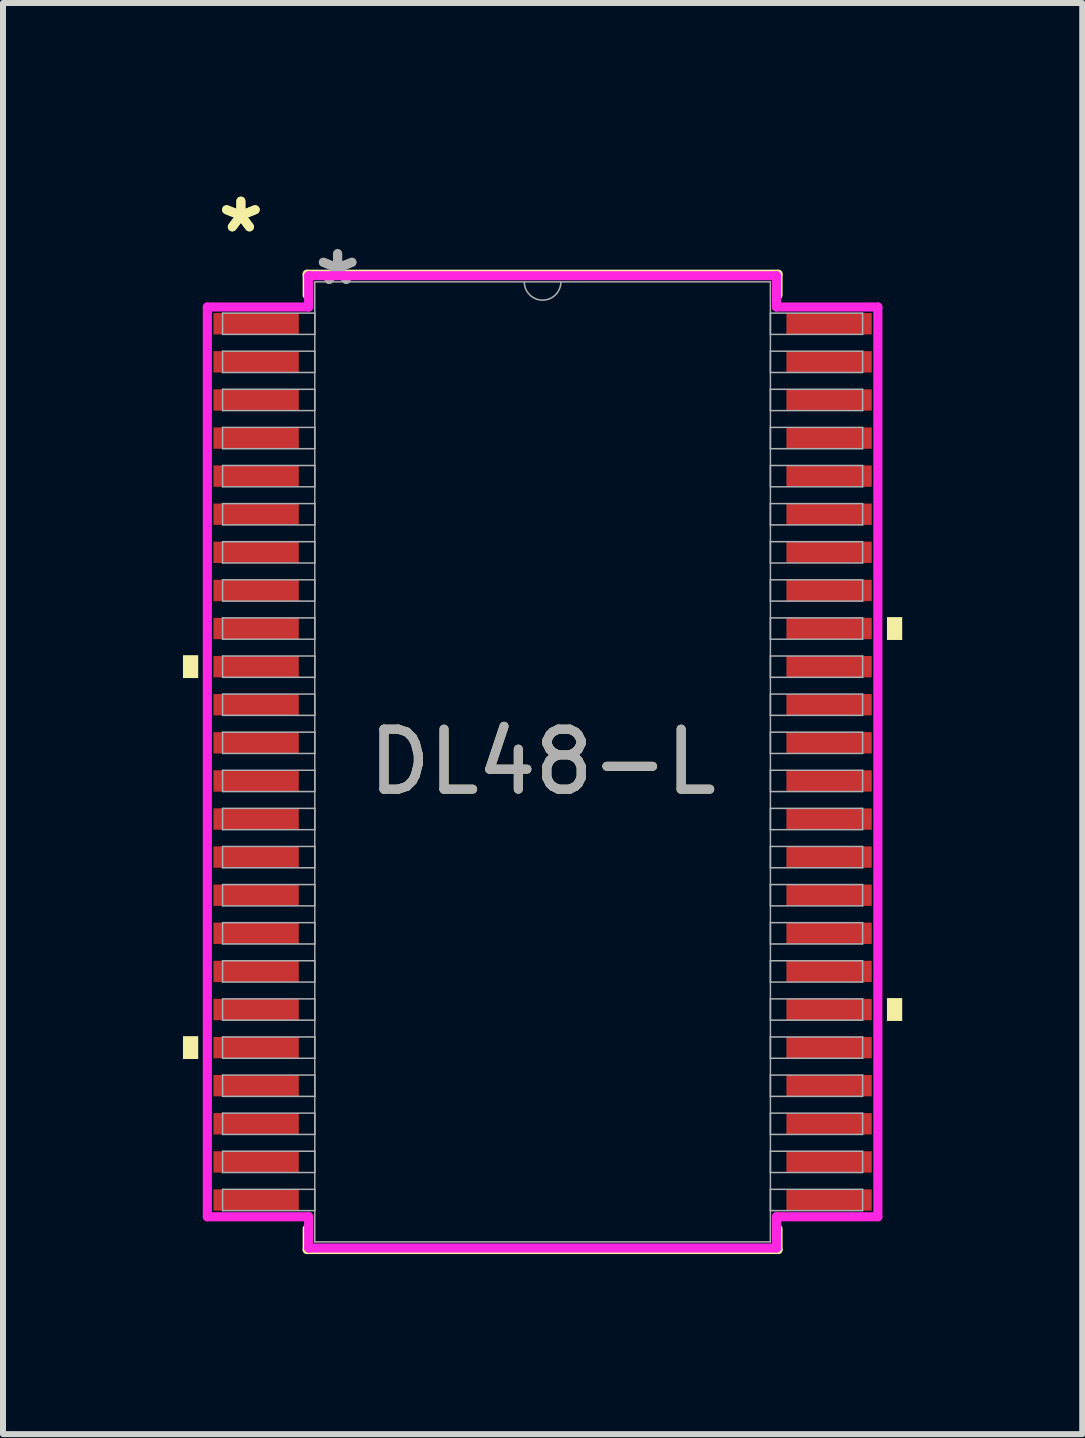
<source format=kicad_pcb>
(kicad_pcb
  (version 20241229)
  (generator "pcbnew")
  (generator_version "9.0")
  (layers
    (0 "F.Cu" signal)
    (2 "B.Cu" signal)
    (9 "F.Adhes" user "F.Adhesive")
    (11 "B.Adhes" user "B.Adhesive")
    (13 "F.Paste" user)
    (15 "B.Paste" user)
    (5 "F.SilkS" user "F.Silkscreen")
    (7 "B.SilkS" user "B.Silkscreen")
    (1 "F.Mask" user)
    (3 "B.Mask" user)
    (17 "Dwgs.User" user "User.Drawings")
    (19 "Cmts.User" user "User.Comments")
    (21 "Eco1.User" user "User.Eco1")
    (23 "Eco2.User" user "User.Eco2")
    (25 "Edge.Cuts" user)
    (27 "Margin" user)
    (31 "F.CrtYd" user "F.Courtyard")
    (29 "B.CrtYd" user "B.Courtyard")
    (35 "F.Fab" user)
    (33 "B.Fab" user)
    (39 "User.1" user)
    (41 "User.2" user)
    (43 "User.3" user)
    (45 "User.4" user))
  (footprint "DL48-L"
    (layer "F.Cu")
    (at 5.994 9.649)
    (property "Reference" "DL48-L" (at 0 0 0) (unlocked yes) (layer "F.SilkS") (effects (font (size 1 1) (thickness 0.15))))
    (attr smd)
    (fp_line (start -3.924 -8.128) (end -3.924 -7.782) (stroke (width 0.152) (type solid)) (layer "F.SilkS"))
    (fp_line (start -3.924 7.782) (end -3.924 8.128) (stroke (width 0.152) (type solid)) (layer "F.SilkS"))
    (fp_line (start -3.924 8.128) (end 3.924 8.128) (stroke (width 0.152) (type solid)) (layer "F.SilkS"))
    (fp_line (start 3.924 -8.128) (end -3.924 -8.128) (stroke (width 0.152) (type solid)) (layer "F.SilkS"))
    (fp_line (start 3.924 -7.782) (end 3.924 -8.128) (stroke (width 0.152) (type solid)) (layer "F.SilkS"))
    (fp_line (start 3.924 8.128) (end 3.924 7.782) (stroke (width 0.152) (type solid)) (layer "F.SilkS"))
    (fp_poly (pts (xy -5.994 -1.778) (xy -5.994 -1.397) (xy -5.74 -1.397) (xy -5.74 -1.778)) (stroke (width 0) (type solid)) (fill yes) (layer "F.SilkS"))
    (fp_poly (pts (xy -5.994 4.572) (xy -5.994 4.953) (xy -5.74 4.953) (xy -5.74 4.572)) (stroke (width 0) (type solid)) (fill yes) (layer "F.SilkS"))
    (fp_poly (pts (xy 5.994 -2.413) (xy 5.994 -2.032) (xy 5.74 -2.032) (xy 5.74 -2.413)) (stroke (width 0) (type solid)) (fill yes) (layer "F.SilkS"))
    (fp_poly (pts (xy 5.994 3.937) (xy 5.994 4.318) (xy 5.74 4.318) (xy 5.74 3.937)) (stroke (width 0) (type solid)) (fill yes) (layer "F.SilkS"))
    (fp_line (start -5.588 -7.582) (end -3.899 -7.582) (stroke (width 0.152) (type solid)) (layer "F.CrtYd"))
    (fp_line (start -5.588 7.582) (end -5.588 -7.582) (stroke (width 0.152) (type solid)) (layer "F.CrtYd"))
    (fp_line (start -5.588 7.582) (end -3.899 7.582) (stroke (width 0.152) (type solid)) (layer "F.CrtYd"))
    (fp_line (start -3.899 -8.103) (end 3.899 -8.103) (stroke (width 0.152) (type solid)) (layer "F.CrtYd"))
    (fp_line (start -3.899 -7.582) (end -3.899 -8.103) (stroke (width 0.152) (type solid)) (layer "F.CrtYd"))
    (fp_line (start -3.899 8.103) (end -3.899 7.582) (stroke (width 0.152) (type solid)) (layer "F.CrtYd"))
    (fp_line (start 3.899 -8.103) (end 3.899 -7.582) (stroke (width 0.152) (type solid)) (layer "F.CrtYd"))
    (fp_line (start 3.899 7.582) (end 3.899 8.103) (stroke (width 0.152) (type solid)) (layer "F.CrtYd"))
    (fp_line (start 3.899 8.103) (end -3.899 8.103) (stroke (width 0.152) (type solid)) (layer "F.CrtYd"))
    (fp_line (start 5.588 -7.582) (end 3.899 -7.582) (stroke (width 0.152) (type solid)) (layer "F.CrtYd"))
    (fp_line (start 5.588 -7.582) (end 5.588 7.582) (stroke (width 0.152) (type solid)) (layer "F.CrtYd"))
    (fp_line (start 5.588 7.582) (end 3.899 7.582) (stroke (width 0.152) (type solid)) (layer "F.CrtYd"))
    (fp_line (start -5.334 -7.48) (end -5.334 -7.125) (stroke (width 0.025) (type solid)) (layer "F.Fab"))
    (fp_line (start -5.334 -7.125) (end -3.797 -7.125) (stroke (width 0.025) (type solid)) (layer "F.Fab"))
    (fp_line (start -5.334 -6.845) (end -5.334 -6.49) (stroke (width 0.025) (type solid)) (layer "F.Fab"))
    (fp_line (start -5.334 -6.49) (end -3.797 -6.49) (stroke (width 0.025) (type solid)) (layer "F.Fab"))
    (fp_line (start -5.334 -6.21) (end -5.334 -5.855) (stroke (width 0.025) (type solid)) (layer "F.Fab"))
    (fp_line (start -5.334 -5.855) (end -3.797 -5.855) (stroke (width 0.025) (type solid)) (layer "F.Fab"))
    (fp_line (start -5.334 -5.575) (end -5.334 -5.22) (stroke (width 0.025) (type solid)) (layer "F.Fab"))
    (fp_line (start -5.334 -5.22) (end -3.797 -5.22) (stroke (width 0.025) (type solid)) (layer "F.Fab"))
    (fp_line (start -5.334 -4.94) (end -5.334 -4.585) (stroke (width 0.025) (type solid)) (layer "F.Fab"))
    (fp_line (start -5.334 -4.585) (end -3.797 -4.585) (stroke (width 0.025) (type solid)) (layer "F.Fab"))
    (fp_line (start -5.334 -4.305) (end -5.334 -3.95) (stroke (width 0.025) (type solid)) (layer "F.Fab"))
    (fp_line (start -5.334 -3.95) (end -3.797 -3.95) (stroke (width 0.025) (type solid)) (layer "F.Fab"))
    (fp_line (start -5.334 -3.67) (end -5.334 -3.315) (stroke (width 0.025) (type solid)) (layer "F.Fab"))
    (fp_line (start -5.334 -3.315) (end -3.797 -3.315) (stroke (width 0.025) (type solid)) (layer "F.Fab"))
    (fp_line (start -5.334 -3.035) (end -5.334 -2.68) (stroke (width 0.025) (type solid)) (layer "F.Fab"))
    (fp_line (start -5.334 -2.68) (end -3.797 -2.68) (stroke (width 0.025) (type solid)) (layer "F.Fab"))
    (fp_line (start -5.334 -2.4) (end -5.334 -2.045) (stroke (width 0.025) (type solid)) (layer "F.Fab"))
    (fp_line (start -5.334 -2.045) (end -3.797 -2.045) (stroke (width 0.025) (type solid)) (layer "F.Fab"))
    (fp_line (start -5.334 -1.765) (end -5.334 -1.41) (stroke (width 0.025) (type solid)) (layer "F.Fab"))
    (fp_line (start -5.334 -1.41) (end -3.797 -1.41) (stroke (width 0.025) (type solid)) (layer "F.Fab"))
    (fp_line (start -5.334 -1.13) (end -5.334 -0.775) (stroke (width 0.025) (type solid)) (layer "F.Fab"))
    (fp_line (start -5.334 -0.775) (end -3.797 -0.775) (stroke (width 0.025) (type solid)) (layer "F.Fab"))
    (fp_line (start -5.334 -0.495) (end -5.334 -0.14) (stroke (width 0.025) (type solid)) (layer "F.Fab"))
    (fp_line (start -5.334 -0.14) (end -3.797 -0.14) (stroke (width 0.025) (type solid)) (layer "F.Fab"))
    (fp_line (start -5.334 0.14) (end -5.334 0.495) (stroke (width 0.025) (type solid)) (layer "F.Fab"))
    (fp_line (start -5.334 0.495) (end -3.797 0.495) (stroke (width 0.025) (type solid)) (layer "F.Fab"))
    (fp_line (start -5.334 0.775) (end -5.334 1.13) (stroke (width 0.025) (type solid)) (layer "F.Fab"))
    (fp_line (start -5.334 1.13) (end -3.797 1.13) (stroke (width 0.025) (type solid)) (layer "F.Fab"))
    (fp_line (start -5.334 1.41) (end -5.334 1.765) (stroke (width 0.025) (type solid)) (layer "F.Fab"))
    (fp_line (start -5.334 1.765) (end -3.797 1.765) (stroke (width 0.025) (type solid)) (layer "F.Fab"))
    (fp_line (start -5.334 2.045) (end -5.334 2.4) (stroke (width 0.025) (type solid)) (layer "F.Fab"))
    (fp_line (start -5.334 2.4) (end -3.797 2.4) (stroke (width 0.025) (type solid)) (layer "F.Fab"))
    (fp_line (start -5.334 2.68) (end -5.334 3.035) (stroke (width 0.025) (type solid)) (layer "F.Fab"))
    (fp_line (start -5.334 3.035) (end -3.797 3.035) (stroke (width 0.025) (type solid)) (layer "F.Fab"))
    (fp_line (start -5.334 3.315) (end -5.334 3.67) (stroke (width 0.025) (type solid)) (layer "F.Fab"))
    (fp_line (start -5.334 3.67) (end -3.797 3.67) (stroke (width 0.025) (type solid)) (layer "F.Fab"))
    (fp_line (start -5.334 3.95) (end -5.334 4.305) (stroke (width 0.025) (type solid)) (layer "F.Fab"))
    (fp_line (start -5.334 4.305) (end -3.797 4.305) (stroke (width 0.025) (type solid)) (layer "F.Fab"))
    (fp_line (start -5.334 4.585) (end -5.334 4.94) (stroke (width 0.025) (type solid)) (layer "F.Fab"))
    (fp_line (start -5.334 4.94) (end -3.797 4.94) (stroke (width 0.025) (type solid)) (layer "F.Fab"))
    (fp_line (start -5.334 5.22) (end -5.334 5.575) (stroke (width 0.025) (type solid)) (layer "F.Fab"))
    (fp_line (start -5.334 5.575) (end -3.797 5.575) (stroke (width 0.025) (type solid)) (layer "F.Fab"))
    (fp_line (start -5.334 5.855) (end -5.334 6.21) (stroke (width 0.025) (type solid)) (layer "F.Fab"))
    (fp_line (start -5.334 6.21) (end -3.797 6.21) (stroke (width 0.025) (type solid)) (layer "F.Fab"))
    (fp_line (start -5.334 6.49) (end -5.334 6.845) (stroke (width 0.025) (type solid)) (layer "F.Fab"))
    (fp_line (start -5.334 6.845) (end -3.797 6.845) (stroke (width 0.025) (type solid)) (layer "F.Fab"))
    (fp_line (start -5.334 7.125) (end -5.334 7.48) (stroke (width 0.025) (type solid)) (layer "F.Fab"))
    (fp_line (start -5.334 7.48) (end -3.797 7.48) (stroke (width 0.025) (type solid)) (layer "F.Fab"))
    (fp_line (start -3.797 -8.001) (end -3.797 8.001) (stroke (width 0.025) (type solid)) (layer "F.Fab"))
    (fp_line (start -3.797 -7.48) (end -5.334 -7.48) (stroke (width 0.025) (type solid)) (layer "F.Fab"))
    (fp_line (start -3.797 -7.125) (end -3.797 -7.48) (stroke (width 0.025) (type solid)) (layer "F.Fab"))
    (fp_line (start -3.797 -6.845) (end -5.334 -6.845) (stroke (width 0.025) (type solid)) (layer "F.Fab"))
    (fp_line (start -3.797 -6.49) (end -3.797 -6.845) (stroke (width 0.025) (type solid)) (layer "F.Fab"))
    (fp_line (start -3.797 -6.21) (end -5.334 -6.21) (stroke (width 0.025) (type solid)) (layer "F.Fab"))
    (fp_line (start -3.797 -5.855) (end -3.797 -6.21) (stroke (width 0.025) (type solid)) (layer "F.Fab"))
    (fp_line (start -3.797 -5.575) (end -5.334 -5.575) (stroke (width 0.025) (type solid)) (layer "F.Fab"))
    (fp_line (start -3.797 -5.22) (end -3.797 -5.575) (stroke (width 0.025) (type solid)) (layer "F.Fab"))
    (fp_line (start -3.797 -4.94) (end -5.334 -4.94) (stroke (width 0.025) (type solid)) (layer "F.Fab"))
    (fp_line (start -3.797 -4.585) (end -3.797 -4.94) (stroke (width 0.025) (type solid)) (layer "F.Fab"))
    (fp_line (start -3.797 -4.305) (end -5.334 -4.305) (stroke (width 0.025) (type solid)) (layer "F.Fab"))
    (fp_line (start -3.797 -3.95) (end -3.797 -4.305) (stroke (width 0.025) (type solid)) (layer "F.Fab"))
    (fp_line (start -3.797 -3.67) (end -5.334 -3.67) (stroke (width 0.025) (type solid)) (layer "F.Fab"))
    (fp_line (start -3.797 -3.315) (end -3.797 -3.67) (stroke (width 0.025) (type solid)) (layer "F.Fab"))
    (fp_line (start -3.797 -3.035) (end -5.334 -3.035) (stroke (width 0.025) (type solid)) (layer "F.Fab"))
    (fp_line (start -3.797 -2.68) (end -3.797 -3.035) (stroke (width 0.025) (type solid)) (layer "F.Fab"))
    (fp_line (start -3.797 -2.4) (end -5.334 -2.4) (stroke (width 0.025) (type solid)) (layer "F.Fab"))
    (fp_line (start -3.797 -2.045) (end -3.797 -2.4) (stroke (width 0.025) (type solid)) (layer "F.Fab"))
    (fp_line (start -3.797 -1.765) (end -5.334 -1.765) (stroke (width 0.025) (type solid)) (layer "F.Fab"))
    (fp_line (start -3.797 -1.41) (end -3.797 -1.765) (stroke (width 0.025) (type solid)) (layer "F.Fab"))
    (fp_line (start -3.797 -1.13) (end -5.334 -1.13) (stroke (width 0.025) (type solid)) (layer "F.Fab"))
    (fp_line (start -3.797 -0.775) (end -3.797 -1.13) (stroke (width 0.025) (type solid)) (layer "F.Fab"))
    (fp_line (start -3.797 -0.495) (end -5.334 -0.495) (stroke (width 0.025) (type solid)) (layer "F.Fab"))
    (fp_line (start -3.797 -0.14) (end -3.797 -0.495) (stroke (width 0.025) (type solid)) (layer "F.Fab"))
    (fp_line (start -3.797 0.14) (end -5.334 0.14) (stroke (width 0.025) (type solid)) (layer "F.Fab"))
    (fp_line (start -3.797 0.495) (end -3.797 0.14) (stroke (width 0.025) (type solid)) (layer "F.Fab"))
    (fp_line (start -3.797 0.775) (end -5.334 0.775) (stroke (width 0.025) (type solid)) (layer "F.Fab"))
    (fp_line (start -3.797 1.13) (end -3.797 0.775) (stroke (width 0.025) (type solid)) (layer "F.Fab"))
    (fp_line (start -3.797 1.41) (end -5.334 1.41) (stroke (width 0.025) (type solid)) (layer "F.Fab"))
    (fp_line (start -3.797 1.765) (end -3.797 1.41) (stroke (width 0.025) (type solid)) (layer "F.Fab"))
    (fp_line (start -3.797 2.045) (end -5.334 2.045) (stroke (width 0.025) (type solid)) (layer "F.Fab"))
    (fp_line (start -3.797 2.4) (end -3.797 2.045) (stroke (width 0.025) (type solid)) (layer "F.Fab"))
    (fp_line (start -3.797 2.68) (end -5.334 2.68) (stroke (width 0.025) (type solid)) (layer "F.Fab"))
    (fp_line (start -3.797 3.035) (end -3.797 2.68) (stroke (width 0.025) (type solid)) (layer "F.Fab"))
    (fp_line (start -3.797 3.315) (end -5.334 3.315) (stroke (width 0.025) (type solid)) (layer "F.Fab"))
    (fp_line (start -3.797 3.67) (end -3.797 3.315) (stroke (width 0.025) (type solid)) (layer "F.Fab"))
    (fp_line (start -3.797 3.95) (end -5.334 3.95) (stroke (width 0.025) (type solid)) (layer "F.Fab"))
    (fp_line (start -3.797 4.305) (end -3.797 3.95) (stroke (width 0.025) (type solid)) (layer "F.Fab"))
    (fp_line (start -3.797 4.585) (end -5.334 4.585) (stroke (width 0.025) (type solid)) (layer "F.Fab"))
    (fp_line (start -3.797 4.94) (end -3.797 4.585) (stroke (width 0.025) (type solid)) (layer "F.Fab"))
    (fp_line (start -3.797 5.22) (end -5.334 5.22) (stroke (width 0.025) (type solid)) (layer "F.Fab"))
    (fp_line (start -3.797 5.575) (end -3.797 5.22) (stroke (width 0.025) (type solid)) (layer "F.Fab"))
    (fp_line (start -3.797 5.855) (end -5.334 5.855) (stroke (width 0.025) (type solid)) (layer "F.Fab"))
    (fp_line (start -3.797 6.21) (end -3.797 5.855) (stroke (width 0.025) (type solid)) (layer "F.Fab"))
    (fp_line (start -3.797 6.49) (end -5.334 6.49) (stroke (width 0.025) (type solid)) (layer "F.Fab"))
    (fp_line (start -3.797 6.845) (end -3.797 6.49) (stroke (width 0.025) (type solid)) (layer "F.Fab"))
    (fp_line (start -3.797 7.125) (end -5.334 7.125) (stroke (width 0.025) (type solid)) (layer "F.Fab"))
    (fp_line (start -3.797 7.48) (end -3.797 7.125) (stroke (width 0.025) (type solid)) (layer "F.Fab"))
    (fp_line (start -3.797 8.001) (end 3.797 8.001) (stroke (width 0.025) (type solid)) (layer "F.Fab"))
    (fp_line (start 3.797 -8.001) (end -3.797 -8.001) (stroke (width 0.025) (type solid)) (layer "F.Fab"))
    (fp_line (start 3.797 -7.48) (end 3.797 -7.125) (stroke (width 0.025) (type solid)) (layer "F.Fab"))
    (fp_line (start 3.797 -7.125) (end 5.334 -7.125) (stroke (width 0.025) (type solid)) (layer "F.Fab"))
    (fp_line (start 3.797 -6.845) (end 3.797 -6.49) (stroke (width 0.025) (type solid)) (layer "F.Fab"))
    (fp_line (start 3.797 -6.49) (end 5.334 -6.49) (stroke (width 0.025) (type solid)) (layer "F.Fab"))
    (fp_line (start 3.797 -6.21) (end 3.797 -5.855) (stroke (width 0.025) (type solid)) (layer "F.Fab"))
    (fp_line (start 3.797 -5.855) (end 5.334 -5.855) (stroke (width 0.025) (type solid)) (layer "F.Fab"))
    (fp_line (start 3.797 -5.575) (end 3.797 -5.22) (stroke (width 0.025) (type solid)) (layer "F.Fab"))
    (fp_line (start 3.797 -5.22) (end 5.334 -5.22) (stroke (width 0.025) (type solid)) (layer "F.Fab"))
    (fp_line (start 3.797 -4.94) (end 3.797 -4.585) (stroke (width 0.025) (type solid)) (layer "F.Fab"))
    (fp_line (start 3.797 -4.585) (end 5.334 -4.585) (stroke (width 0.025) (type solid)) (layer "F.Fab"))
    (fp_line (start 3.797 -4.305) (end 3.797 -3.95) (stroke (width 0.025) (type solid)) (layer "F.Fab"))
    (fp_line (start 3.797 -3.95) (end 5.334 -3.95) (stroke (width 0.025) (type solid)) (layer "F.Fab"))
    (fp_line (start 3.797 -3.67) (end 3.797 -3.315) (stroke (width 0.025) (type solid)) (layer "F.Fab"))
    (fp_line (start 3.797 -3.315) (end 5.334 -3.315) (stroke (width 0.025) (type solid)) (layer "F.Fab"))
    (fp_line (start 3.797 -3.035) (end 3.797 -2.68) (stroke (width 0.025) (type solid)) (layer "F.Fab"))
    (fp_line (start 3.797 -2.68) (end 5.334 -2.68) (stroke (width 0.025) (type solid)) (layer "F.Fab"))
    (fp_line (start 3.797 -2.4) (end 3.797 -2.045) (stroke (width 0.025) (type solid)) (layer "F.Fab"))
    (fp_line (start 3.797 -2.045) (end 5.334 -2.045) (stroke (width 0.025) (type solid)) (layer "F.Fab"))
    (fp_line (start 3.797 -1.765) (end 3.797 -1.41) (stroke (width 0.025) (type solid)) (layer "F.Fab"))
    (fp_line (start 3.797 -1.41) (end 5.334 -1.41) (stroke (width 0.025) (type solid)) (layer "F.Fab"))
    (fp_line (start 3.797 -1.13) (end 3.797 -0.775) (stroke (width 0.025) (type solid)) (layer "F.Fab"))
    (fp_line (start 3.797 -0.775) (end 5.334 -0.775) (stroke (width 0.025) (type solid)) (layer "F.Fab"))
    (fp_line (start 3.797 -0.495) (end 3.797 -0.14) (stroke (width 0.025) (type solid)) (layer "F.Fab"))
    (fp_line (start 3.797 -0.14) (end 5.334 -0.14) (stroke (width 0.025) (type solid)) (layer "F.Fab"))
    (fp_line (start 3.797 0.14) (end 3.797 0.495) (stroke (width 0.025) (type solid)) (layer "F.Fab"))
    (fp_line (start 3.797 0.495) (end 5.334 0.495) (stroke (width 0.025) (type solid)) (layer "F.Fab"))
    (fp_line (start 3.797 0.775) (end 3.797 1.13) (stroke (width 0.025) (type solid)) (layer "F.Fab"))
    (fp_line (start 3.797 1.13) (end 5.334 1.13) (stroke (width 0.025) (type solid)) (layer "F.Fab"))
    (fp_line (start 3.797 1.41) (end 3.797 1.765) (stroke (width 0.025) (type solid)) (layer "F.Fab"))
    (fp_line (start 3.797 1.765) (end 5.334 1.765) (stroke (width 0.025) (type solid)) (layer "F.Fab"))
    (fp_line (start 3.797 2.045) (end 3.797 2.4) (stroke (width 0.025) (type solid)) (layer "F.Fab"))
    (fp_line (start 3.797 2.4) (end 5.334 2.4) (stroke (width 0.025) (type solid)) (layer "F.Fab"))
    (fp_line (start 3.797 2.68) (end 3.797 3.035) (stroke (width 0.025) (type solid)) (layer "F.Fab"))
    (fp_line (start 3.797 3.035) (end 5.334 3.035) (stroke (width 0.025) (type solid)) (layer "F.Fab"))
    (fp_line (start 3.797 3.315) (end 3.797 3.67) (stroke (width 0.025) (type solid)) (layer "F.Fab"))
    (fp_line (start 3.797 3.67) (end 5.334 3.67) (stroke (width 0.025) (type solid)) (layer "F.Fab"))
    (fp_line (start 3.797 3.95) (end 3.797 4.305) (stroke (width 0.025) (type solid)) (layer "F.Fab"))
    (fp_line (start 3.797 4.305) (end 5.334 4.305) (stroke (width 0.025) (type solid)) (layer "F.Fab"))
    (fp_line (start 3.797 4.585) (end 3.797 4.94) (stroke (width 0.025) (type solid)) (layer "F.Fab"))
    (fp_line (start 3.797 4.94) (end 5.334 4.94) (stroke (width 0.025) (type solid)) (layer "F.Fab"))
    (fp_line (start 3.797 5.22) (end 3.797 5.575) (stroke (width 0.025) (type solid)) (layer "F.Fab"))
    (fp_line (start 3.797 5.575) (end 5.334 5.575) (stroke (width 0.025) (type solid)) (layer "F.Fab"))
    (fp_line (start 3.797 5.855) (end 3.797 6.21) (stroke (width 0.025) (type solid)) (layer "F.Fab"))
    (fp_line (start 3.797 6.21) (end 5.334 6.21) (stroke (width 0.025) (type solid)) (layer "F.Fab"))
    (fp_line (start 3.797 6.49) (end 3.797 6.845) (stroke (width 0.025) (type solid)) (layer "F.Fab"))
    (fp_line (start 3.797 6.845) (end 5.334 6.845) (stroke (width 0.025) (type solid)) (layer "F.Fab"))
    (fp_line (start 3.797 7.125) (end 3.797 7.48) (stroke (width 0.025) (type solid)) (layer "F.Fab"))
    (fp_line (start 3.797 7.48) (end 5.334 7.48) (stroke (width 0.025) (type solid)) (layer "F.Fab"))
    (fp_line (start 3.797 8.001) (end 3.797 -8.001) (stroke (width 0.025) (type solid)) (layer "F.Fab"))
    (fp_line (start 5.334 -7.48) (end 3.797 -7.48) (stroke (width 0.025) (type solid)) (layer "F.Fab"))
    (fp_line (start 5.334 -7.125) (end 5.334 -7.48) (stroke (width 0.025) (type solid)) (layer "F.Fab"))
    (fp_line (start 5.334 -6.845) (end 3.797 -6.845) (stroke (width 0.025) (type solid)) (layer "F.Fab"))
    (fp_line (start 5.334 -6.49) (end 5.334 -6.845) (stroke (width 0.025) (type solid)) (layer "F.Fab"))
    (fp_line (start 5.334 -6.21) (end 3.797 -6.21) (stroke (width 0.025) (type solid)) (layer "F.Fab"))
    (fp_line (start 5.334 -5.855) (end 5.334 -6.21) (stroke (width 0.025) (type solid)) (layer "F.Fab"))
    (fp_line (start 5.334 -5.575) (end 3.797 -5.575) (stroke (width 0.025) (type solid)) (layer "F.Fab"))
    (fp_line (start 5.334 -5.22) (end 5.334 -5.575) (stroke (width 0.025) (type solid)) (layer "F.Fab"))
    (fp_line (start 5.334 -4.94) (end 3.797 -4.94) (stroke (width 0.025) (type solid)) (layer "F.Fab"))
    (fp_line (start 5.334 -4.585) (end 5.334 -4.94) (stroke (width 0.025) (type solid)) (layer "F.Fab"))
    (fp_line (start 5.334 -4.305) (end 3.797 -4.305) (stroke (width 0.025) (type solid)) (layer "F.Fab"))
    (fp_line (start 5.334 -3.95) (end 5.334 -4.305) (stroke (width 0.025) (type solid)) (layer "F.Fab"))
    (fp_line (start 5.334 -3.67) (end 3.797 -3.67) (stroke (width 0.025) (type solid)) (layer "F.Fab"))
    (fp_line (start 5.334 -3.315) (end 5.334 -3.67) (stroke (width 0.025) (type solid)) (layer "F.Fab"))
    (fp_line (start 5.334 -3.035) (end 3.797 -3.035) (stroke (width 0.025) (type solid)) (layer "F.Fab"))
    (fp_line (start 5.334 -2.68) (end 5.334 -3.035) (stroke (width 0.025) (type solid)) (layer "F.Fab"))
    (fp_line (start 5.334 -2.4) (end 3.797 -2.4) (stroke (width 0.025) (type solid)) (layer "F.Fab"))
    (fp_line (start 5.334 -2.045) (end 5.334 -2.4) (stroke (width 0.025) (type solid)) (layer "F.Fab"))
    (fp_line (start 5.334 -1.765) (end 3.797 -1.765) (stroke (width 0.025) (type solid)) (layer "F.Fab"))
    (fp_line (start 5.334 -1.41) (end 5.334 -1.765) (stroke (width 0.025) (type solid)) (layer "F.Fab"))
    (fp_line (start 5.334 -1.13) (end 3.797 -1.13) (stroke (width 0.025) (type solid)) (layer "F.Fab"))
    (fp_line (start 5.334 -0.775) (end 5.334 -1.13) (stroke (width 0.025) (type solid)) (layer "F.Fab"))
    (fp_line (start 5.334 -0.495) (end 3.797 -0.495) (stroke (width 0.025) (type solid)) (layer "F.Fab"))
    (fp_line (start 5.334 -0.14) (end 5.334 -0.495) (stroke (width 0.025) (type solid)) (layer "F.Fab"))
    (fp_line (start 5.334 0.14) (end 3.797 0.14) (stroke (width 0.025) (type solid)) (layer "F.Fab"))
    (fp_line (start 5.334 0.495) (end 5.334 0.14) (stroke (width 0.025) (type solid)) (layer "F.Fab"))
    (fp_line (start 5.334 0.775) (end 3.797 0.775) (stroke (width 0.025) (type solid)) (layer "F.Fab"))
    (fp_line (start 5.334 1.13) (end 5.334 0.775) (stroke (width 0.025) (type solid)) (layer "F.Fab"))
    (fp_line (start 5.334 1.41) (end 3.797 1.41) (stroke (width 0.025) (type solid)) (layer "F.Fab"))
    (fp_line (start 5.334 1.765) (end 5.334 1.41) (stroke (width 0.025) (type solid)) (layer "F.Fab"))
    (fp_line (start 5.334 2.045) (end 3.797 2.045) (stroke (width 0.025) (type solid)) (layer "F.Fab"))
    (fp_line (start 5.334 2.4) (end 5.334 2.045) (stroke (width 0.025) (type solid)) (layer "F.Fab"))
    (fp_line (start 5.334 2.68) (end 3.797 2.68) (stroke (width 0.025) (type solid)) (layer "F.Fab"))
    (fp_line (start 5.334 3.035) (end 5.334 2.68) (stroke (width 0.025) (type solid)) (layer "F.Fab"))
    (fp_line (start 5.334 3.315) (end 3.797 3.315) (stroke (width 0.025) (type solid)) (layer "F.Fab"))
    (fp_line (start 5.334 3.67) (end 5.334 3.315) (stroke (width 0.025) (type solid)) (layer "F.Fab"))
    (fp_line (start 5.334 3.95) (end 3.797 3.95) (stroke (width 0.025) (type solid)) (layer "F.Fab"))
    (fp_line (start 5.334 4.305) (end 5.334 3.95) (stroke (width 0.025) (type solid)) (layer "F.Fab"))
    (fp_line (start 5.334 4.585) (end 3.797 4.585) (stroke (width 0.025) (type solid)) (layer "F.Fab"))
    (fp_line (start 5.334 4.94) (end 5.334 4.585) (stroke (width 0.025) (type solid)) (layer "F.Fab"))
    (fp_line (start 5.334 5.22) (end 3.797 5.22) (stroke (width 0.025) (type solid)) (layer "F.Fab"))
    (fp_line (start 5.334 5.575) (end 5.334 5.22) (stroke (width 0.025) (type solid)) (layer "F.Fab"))
    (fp_line (start 5.334 5.855) (end 3.797 5.855) (stroke (width 0.025) (type solid)) (layer "F.Fab"))
    (fp_line (start 5.334 6.21) (end 5.334 5.855) (stroke (width 0.025) (type solid)) (layer "F.Fab"))
    (fp_line (start 5.334 6.49) (end 3.797 6.49) (stroke (width 0.025) (type solid)) (layer "F.Fab"))
    (fp_line (start 5.334 6.845) (end 5.334 6.49) (stroke (width 0.025) (type solid)) (layer "F.Fab"))
    (fp_line (start 5.334 7.125) (end 3.797 7.125) (stroke (width 0.025) (type solid)) (layer "F.Fab"))
    (fp_line (start 5.334 7.48) (end 5.334 7.125) (stroke (width 0.025) (type solid)) (layer "F.Fab"))
    (fp_arc (start 0.3048 -8.001) (mid 0 -7.6962) (end -0.3048 -8.001) (stroke (width 0.0254) (type solid)) (layer "F.Fab"))
    (fp_text user "*" (at -5.029 -8.801 0) (layer "F.SilkS") (effects (font (size 1 1) (thickness 0.15))))
    (fp_text user "*" (at -5.029 -8.801 0) (unlocked yes) (layer "F.SilkS") (effects (font (size 1 1) (thickness 0.15))))
    (fp_text user "${REFERENCE}" (at 0 0 0) (unlocked yes) (layer "F.Fab") (effects (font (size 1 1) (thickness 0.15))))
    (fp_text user "*" (at -3.416 -7.925 0) (unlocked yes) (layer "F.Fab") (effects (font (size 1 1) (thickness 0.15))))
    (fp_text user "*" (at -3.416 -7.925 0) (layer "F.Fab") (effects (font (size 1 1) (thickness 0.15))))
    (pad "1" smd rect (at -4.775 -7.303) (size 1.422 0.356) (layers "F.Cu" "F.Mask" "F.Paste"))
    (pad "2" smd rect (at -4.775 -6.668) (size 1.422 0.356) (layers "F.Cu" "F.Mask" "F.Paste"))
    (pad "3" smd rect (at -4.775 -6.032) (size 1.422 0.356) (layers "F.Cu" "F.Mask" "F.Paste"))
    (pad "4" smd rect (at -4.775 -5.397) (size 1.422 0.356) (layers "F.Cu" "F.Mask" "F.Paste"))
    (pad "5" smd rect (at -4.775 -4.763) (size 1.422 0.356) (layers "F.Cu" "F.Mask" "F.Paste"))
    (pad "6" smd rect (at -4.775 -4.128) (size 1.422 0.356) (layers "F.Cu" "F.Mask" "F.Paste"))
    (pad "7" smd rect (at -4.775 -3.493) (size 1.422 0.356) (layers "F.Cu" "F.Mask" "F.Paste"))
    (pad "8" smd rect (at -4.775 -2.857) (size 1.422 0.356) (layers "F.Cu" "F.Mask" "F.Paste"))
    (pad "9" smd rect (at -4.775 -2.223) (size 1.422 0.356) (layers "F.Cu" "F.Mask" "F.Paste"))
    (pad "10" smd rect (at -4.775 -1.587) (size 1.422 0.356) (layers "F.Cu" "F.Mask" "F.Paste"))
    (pad "11" smd rect (at -4.775 -0.953) (size 1.422 0.356) (layers "F.Cu" "F.Mask" "F.Paste"))
    (pad "12" smd rect (at -4.775 -0.318) (size 1.422 0.356) (layers "F.Cu" "F.Mask" "F.Paste"))
    (pad "13" smd rect (at -4.775 0.318) (size 1.422 0.356) (layers "F.Cu" "F.Mask" "F.Paste"))
    (pad "14" smd rect (at -4.775 0.953) (size 1.422 0.356) (layers "F.Cu" "F.Mask" "F.Paste"))
    (pad "15" smd rect (at -4.775 1.587) (size 1.422 0.356) (layers "F.Cu" "F.Mask" "F.Paste"))
    (pad "16" smd rect (at -4.775 2.223) (size 1.422 0.356) (layers "F.Cu" "F.Mask" "F.Paste"))
    (pad "17" smd rect (at -4.775 2.857) (size 1.422 0.356) (layers "F.Cu" "F.Mask" "F.Paste"))
    (pad "18" smd rect (at -4.775 3.493) (size 1.422 0.356) (layers "F.Cu" "F.Mask" "F.Paste"))
    (pad "19" smd rect (at -4.775 4.128) (size 1.422 0.356) (layers "F.Cu" "F.Mask" "F.Paste"))
    (pad "20" smd rect (at -4.775 4.763) (size 1.422 0.356) (layers "F.Cu" "F.Mask" "F.Paste"))
    (pad "21" smd rect (at -4.775 5.397) (size 1.422 0.356) (layers "F.Cu" "F.Mask" "F.Paste"))
    (pad "22" smd rect (at -4.775 6.032) (size 1.422 0.356) (layers "F.Cu" "F.Mask" "F.Paste"))
    (pad "23" smd rect (at -4.775 6.668) (size 1.422 0.356) (layers "F.Cu" "F.Mask" "F.Paste"))
    (pad "24" smd rect (at -4.775 7.303) (size 1.422 0.356) (layers "F.Cu" "F.Mask" "F.Paste"))
    (pad "25" smd rect (at 4.775 7.303) (size 1.422 0.356) (layers "F.Cu" "F.Mask" "F.Paste"))
    (pad "26" smd rect (at 4.775 6.668) (size 1.422 0.356) (layers "F.Cu" "F.Mask" "F.Paste"))
    (pad "27" smd rect (at 4.775 6.032) (size 1.422 0.356) (layers "F.Cu" "F.Mask" "F.Paste"))
    (pad "28" smd rect (at 4.775 5.397) (size 1.422 0.356) (layers "F.Cu" "F.Mask" "F.Paste"))
    (pad "29" smd rect (at 4.775 4.763) (size 1.422 0.356) (layers "F.Cu" "F.Mask" "F.Paste"))
    (pad "30" smd rect (at 4.775 4.128) (size 1.422 0.356) (layers "F.Cu" "F.Mask" "F.Paste"))
    (pad "31" smd rect (at 4.775 3.493) (size 1.422 0.356) (layers "F.Cu" "F.Mask" "F.Paste"))
    (pad "32" smd rect (at 4.775 2.857) (size 1.422 0.356) (layers "F.Cu" "F.Mask" "F.Paste"))
    (pad "33" smd rect (at 4.775 2.223) (size 1.422 0.356) (layers "F.Cu" "F.Mask" "F.Paste"))
    (pad "34" smd rect (at 4.775 1.587) (size 1.422 0.356) (layers "F.Cu" "F.Mask" "F.Paste"))
    (pad "35" smd rect (at 4.775 0.953) (size 1.422 0.356) (layers "F.Cu" "F.Mask" "F.Paste"))
    (pad "36" smd rect (at 4.775 0.318) (size 1.422 0.356) (layers "F.Cu" "F.Mask" "F.Paste"))
    (pad "37" smd rect (at 4.775 -0.318) (size 1.422 0.356) (layers "F.Cu" "F.Mask" "F.Paste"))
    (pad "38" smd rect (at 4.775 -0.953) (size 1.422 0.356) (layers "F.Cu" "F.Mask" "F.Paste"))
    (pad "39" smd rect (at 4.775 -1.587) (size 1.422 0.356) (layers "F.Cu" "F.Mask" "F.Paste"))
    (pad "40" smd rect (at 4.775 -2.223) (size 1.422 0.356) (layers "F.Cu" "F.Mask" "F.Paste"))
    (pad "41" smd rect (at 4.775 -2.857) (size 1.422 0.356) (layers "F.Cu" "F.Mask" "F.Paste"))
    (pad "42" smd rect (at 4.775 -3.493) (size 1.422 0.356) (layers "F.Cu" "F.Mask" "F.Paste"))
    (pad "43" smd rect (at 4.775 -4.128) (size 1.422 0.356) (layers "F.Cu" "F.Mask" "F.Paste"))
    (pad "44" smd rect (at 4.775 -4.763) (size 1.422 0.356) (layers "F.Cu" "F.Mask" "F.Paste"))
    (pad "45" smd rect (at 4.775 -5.397) (size 1.422 0.356) (layers "F.Cu" "F.Mask" "F.Paste"))
    (pad "46" smd rect (at 4.775 -6.032) (size 1.422 0.356) (layers "F.Cu" "F.Mask" "F.Paste"))
    (pad "47" smd rect (at 4.775 -6.668) (size 1.422 0.356) (layers "F.Cu" "F.Mask" "F.Paste"))
    (pad "48" smd rect (at 4.775 -7.303) (size 1.422 0.356) (layers "F.Cu" "F.Mask" "F.Paste")))
  (gr_rect
    (start -3 -3)
    (end 14.989 20.854)
    (stroke (width 0.1) (type default))
    (fill no)
    (layer "Edge.Cuts")))
</source>
